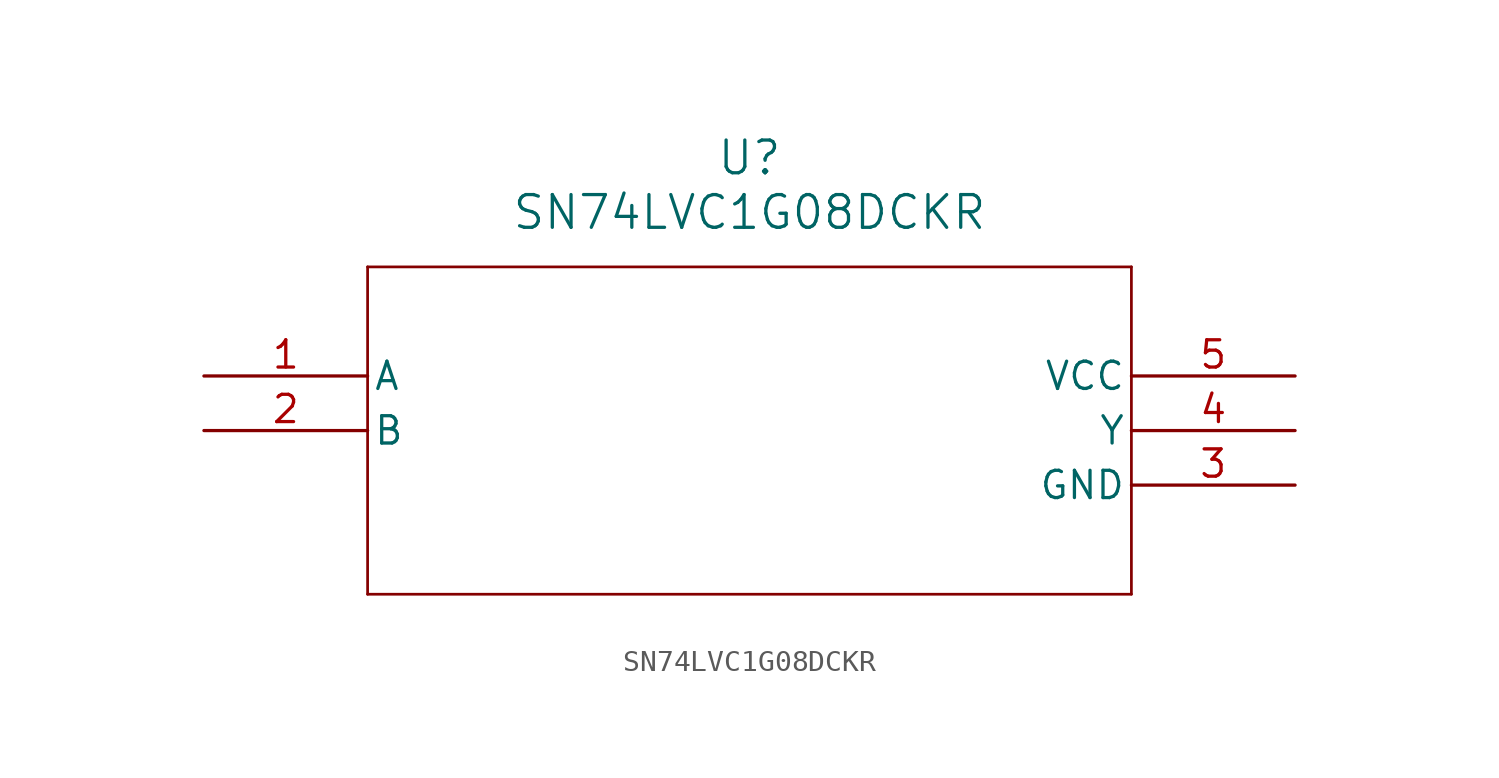
<source format=kicad_sym>
(kicad_symbol_lib
  (version 20211014)
  (generator kicad_symbol_editor)
  (symbol "SN74LVC1G08DCKR"
    (pin_names
      (offset 0.254))
    (property "Reference" "U"
      (at 25.4 10.16 0)
      (effects (font (size 1.524 1.524))))
    (property "Value" "SN74LVC1G08DCKR"
      (at 25.4 7.62 0)
      (effects (font (size 1.524 1.524))))
    (symbol "SN74LVC1G08DCKR_0_1"
      (polyline (pts (xy 7.62 5.08) (xy 7.62 -10.16)) (stroke (width 0.127) (type default) (color 0 0 0 0)) (fill (type none)))
      (polyline (pts (xy 7.62 -10.16) (xy 43.18 -10.16)) (stroke (width 0.127) (type default) (color 0 0 0 0)) (fill (type none)))
      (polyline (pts (xy 43.18 -10.16) (xy 43.18 5.08)) (stroke (width 0.127) (type default) (color 0 0 0 0)) (fill (type none)))
      (polyline (pts (xy 43.18 5.08) (xy 7.62 5.08)) (stroke (width 0.127) (type default) (color 0 0 0 0)) (fill (type none)))
      (pin input line (at 0 0 0) (length 7.62) (name "A" (effects (font (size 1.27 1.27)))) (number "1" (effects (font (size 1.27 1.27)))))
      (pin input line (at 0 -2.54 0) (length 7.62) (name "B" (effects (font (size 1.27 1.27)))) (number "2" (effects (font (size 1.27 1.27)))))
      (pin power_in line (at 50.8 -5.08 180) (length 7.62) (name "GND" (effects (font (size 1.27 1.27)))) (number "3" (effects (font (size 1.27 1.27)))))
      (pin output line (at 50.8 -2.54 180) (length 7.62) (name "Y" (effects (font (size 1.27 1.27)))) (number "4" (effects (font (size 1.27 1.27)))))
      (pin power_in line (at 50.8 0 180) (length 7.62) (name "VCC" (effects (font (size 1.27 1.27)))) (number "5" (effects (font (size 1.27 1.27))))))))
</source>
